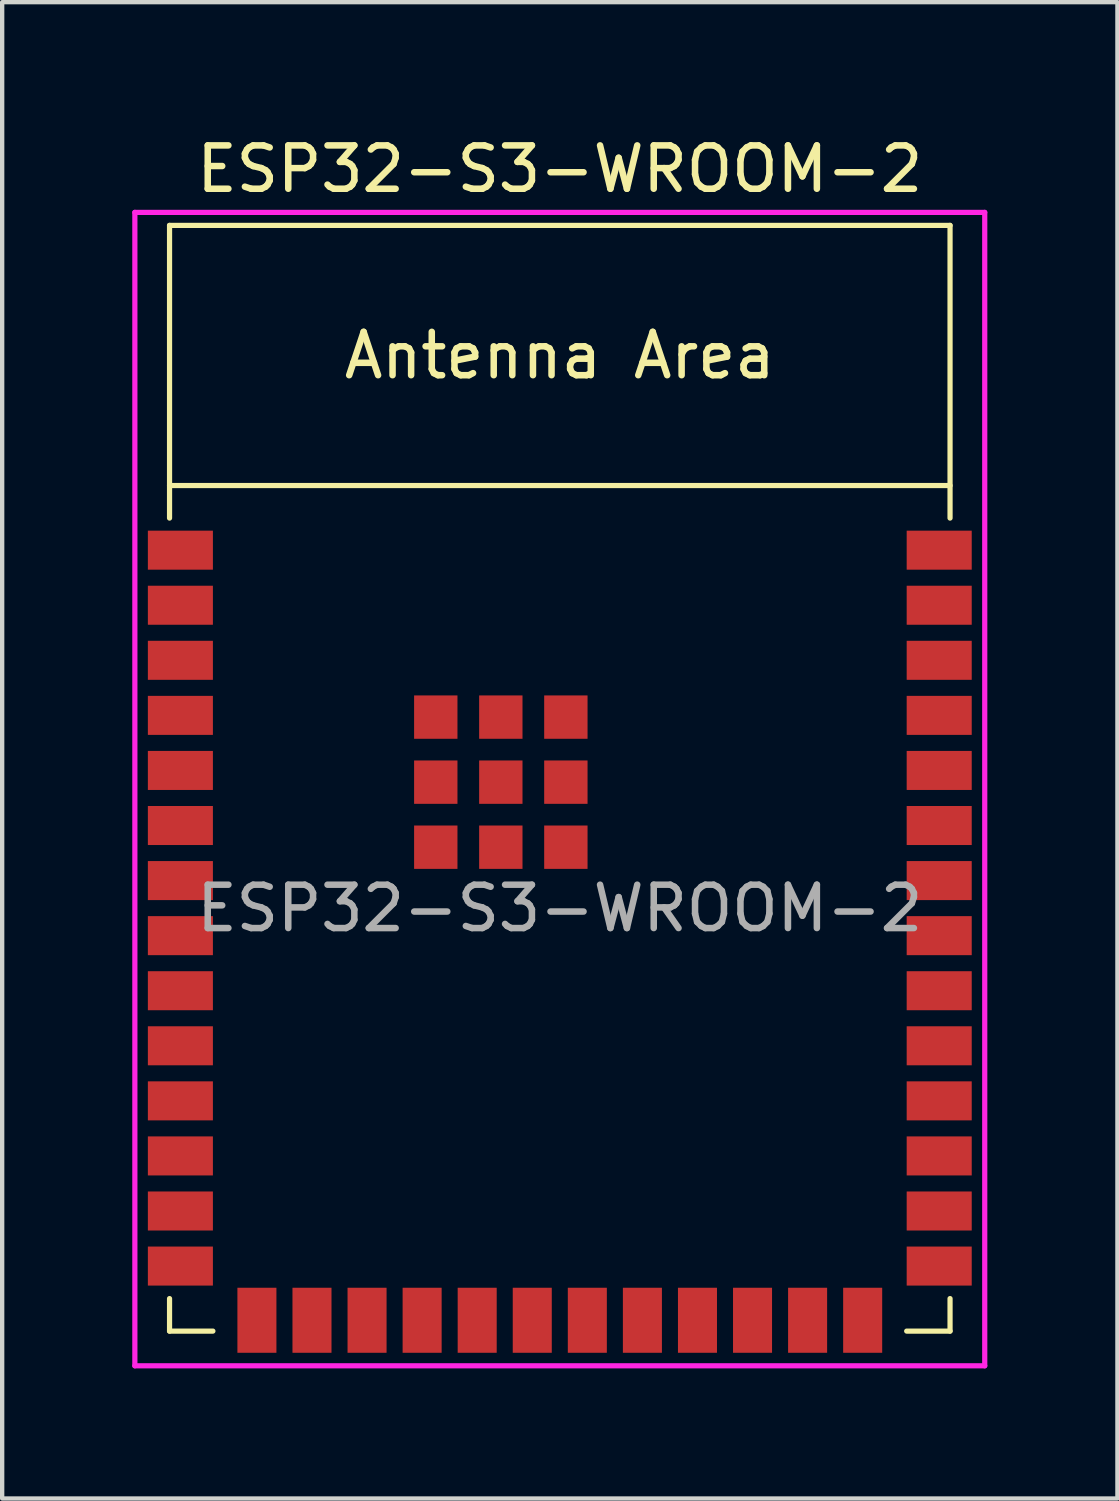
<source format=kicad_pcb>
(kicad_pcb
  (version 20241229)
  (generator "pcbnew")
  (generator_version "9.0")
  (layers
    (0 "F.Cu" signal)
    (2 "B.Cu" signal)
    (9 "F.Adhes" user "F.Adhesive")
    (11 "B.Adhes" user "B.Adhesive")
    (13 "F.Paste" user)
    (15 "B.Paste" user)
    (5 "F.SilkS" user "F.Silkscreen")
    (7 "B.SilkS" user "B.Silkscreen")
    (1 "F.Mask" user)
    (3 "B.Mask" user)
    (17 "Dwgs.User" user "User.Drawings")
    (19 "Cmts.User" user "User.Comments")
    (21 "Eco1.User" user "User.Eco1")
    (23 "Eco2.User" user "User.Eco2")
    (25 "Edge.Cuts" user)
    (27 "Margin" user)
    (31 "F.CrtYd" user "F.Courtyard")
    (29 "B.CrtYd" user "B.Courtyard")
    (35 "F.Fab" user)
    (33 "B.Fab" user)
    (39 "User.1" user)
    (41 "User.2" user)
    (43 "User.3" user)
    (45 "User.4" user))
  (footprint "ESP32-S3-WROOM-2"
    (layer "F.Cu")
    (at 9.86 17.898)
    (property "Reference" "ESP32-S3-WROOM-2" (at 0 -17.05 0) (layer "F.SilkS") (effects (font (size 1 1) (thickness 0.15))))
    (attr smd)
    (fp_line (start -9 -15.75) (end -9 -9) (stroke (width 0.12) (type solid)) (layer "F.SilkS"))
    (fp_line (start -9 -15.75) (end 9 -15.75) (stroke (width 0.12) (type solid)) (layer "F.SilkS"))
    (fp_line (start -9 9) (end -9 9.75) (stroke (width 0.12) (type solid)) (layer "F.SilkS"))
    (fp_line (start -9 9.75) (end -8 9.75) (stroke (width 0.12) (type solid)) (layer "F.SilkS"))
    (fp_line (start 9 -15.75) (end 9 -9) (stroke (width 0.12) (type solid)) (layer "F.SilkS"))
    (fp_line (start 9 -9.75) (end -9 -9.75) (stroke (width 0.12) (type solid)) (layer "F.SilkS"))
    (fp_line (start 9 9) (end 9 9.75) (stroke (width 0.12) (type solid)) (layer "F.SilkS"))
    (fp_line (start 9 9.75) (end 8 9.75) (stroke (width 0.12) (type solid)) (layer "F.SilkS"))
    (fp_line (start -9 -15.75) (end 9 -15.75) (stroke (width 0.12) (type solid)) (layer "Eco2.User"))
    (fp_line (start -9 -9.75) (end 9 -9.75) (stroke (width 0.12) (type solid)) (layer "Eco2.User"))
    (fp_line (start -9 9.75) (end -9 -15.75) (stroke (width 0.12) (type solid)) (layer "Eco2.User"))
    (fp_line (start 9 -15.75) (end 9 9.75) (stroke (width 0.12) (type solid)) (layer "Eco2.User"))
    (fp_line (start 9 9.75) (end -9 9.75) (stroke (width 0.12) (type solid)) (layer "Eco2.User"))
    (fp_line (start -9.8 -16.05) (end -9.8 10.55) (stroke (width 0.12) (type solid)) (layer "F.CrtYd"))
    (fp_line (start -9.8 10.55) (end 9.8 10.55) (stroke (width 0.12) (type solid)) (layer "F.CrtYd"))
    (fp_line (start 9.8 -16.05) (end -9.8 -16.05) (stroke (width 0.12) (type solid)) (layer "F.CrtYd"))
    (fp_line (start 9.8 -16.05) (end 9.8 10.55) (stroke (width 0.12) (type solid)) (layer "F.CrtYd"))
    (fp_text user "Antenna Area" (at 0 -12.75 0) (layer "F.SilkS") (effects (font (size 1 1) (thickness 0.15))))
    (fp_text user "Antenna Area" (at 0 -12.75 0) (layer "Eco2.User") (effects (font (size 1 1) (thickness 0.15))))
    (fp_text user "${REFERENCE}" (at 0 0 0) (layer "F.Fab") (effects (font (size 1 1) (thickness 0.15))))
    (pad "1" smd rect (at -8.75 -8.26) (size 1.5 0.9) (layers "F.Cu" "F.Mask" "F.Paste"))
    (pad "2" smd rect (at -8.75 -6.99) (size 1.5 0.9) (layers "F.Cu" "F.Mask" "F.Paste"))
    (pad "3" smd rect (at -8.75 -5.72) (size 1.5 0.9) (layers "F.Cu" "F.Mask" "F.Paste"))
    (pad "4" smd rect (at -8.75 -4.45) (size 1.5 0.9) (layers "F.Cu" "F.Mask" "F.Paste"))
    (pad "5" smd rect (at -8.75 -3.18) (size 1.5 0.9) (layers "F.Cu" "F.Mask" "F.Paste"))
    (pad "6" smd rect (at -8.75 -1.91) (size 1.5 0.9) (layers "F.Cu" "F.Mask" "F.Paste"))
    (pad "7" smd rect (at -8.75 -0.64) (size 1.5 0.9) (layers "F.Cu" "F.Mask" "F.Paste"))
    (pad "8" smd rect (at -8.75 0.63) (size 1.5 0.9) (layers "F.Cu" "F.Mask" "F.Paste"))
    (pad "9" smd rect (at -8.75 1.9) (size 1.5 0.9) (layers "F.Cu" "F.Mask" "F.Paste"))
    (pad "10" smd rect (at -8.75 3.17) (size 1.5 0.9) (layers "F.Cu" "F.Mask" "F.Paste"))
    (pad "11" smd rect (at -8.75 4.44) (size 1.5 0.9) (layers "F.Cu" "F.Mask" "F.Paste"))
    (pad "12" smd rect (at -8.75 5.71) (size 1.5 0.9) (layers "F.Cu" "F.Mask" "F.Paste"))
    (pad "13" smd rect (at -8.75 6.98) (size 1.5 0.9) (layers "F.Cu" "F.Mask" "F.Paste"))
    (pad "14" smd rect (at -8.75 8.25) (size 1.5 0.9) (layers "F.Cu" "F.Mask" "F.Paste"))
    (pad "15" smd rect (at -6.985 9.5 90) (size 1.5 0.9) (layers "F.Cu" "F.Mask" "F.Paste"))
    (pad "16" smd rect (at -5.715 9.5 90) (size 1.5 0.9) (layers "F.Cu" "F.Mask" "F.Paste"))
    (pad "17" smd rect (at -4.445 9.5 90) (size 1.5 0.9) (layers "F.Cu" "F.Mask" "F.Paste"))
    (pad "18" smd rect (at -3.175 9.5 90) (size 1.5 0.9) (layers "F.Cu" "F.Mask" "F.Paste"))
    (pad "19" smd rect (at -1.905 9.5 90) (size 1.5 0.9) (layers "F.Cu" "F.Mask" "F.Paste"))
    (pad "20" smd rect (at -0.635 9.5 90) (size 1.5 0.9) (layers "F.Cu" "F.Mask" "F.Paste"))
    (pad "21" smd rect (at 0.635 9.5 90) (size 1.5 0.9) (layers "F.Cu" "F.Mask" "F.Paste"))
    (pad "22" smd rect (at 1.905 9.5 90) (size 1.5 0.9) (layers "F.Cu" "F.Mask" "F.Paste"))
    (pad "23" smd rect (at 3.175 9.5 90) (size 1.5 0.9) (layers "F.Cu" "F.Mask" "F.Paste"))
    (pad "24" smd rect (at 4.445 9.5 90) (size 1.5 0.9) (layers "F.Cu" "F.Mask" "F.Paste"))
    (pad "25" smd rect (at 5.715 9.5 90) (size 1.5 0.9) (layers "F.Cu" "F.Mask" "F.Paste"))
    (pad "26" smd rect (at 6.985 9.5 90) (size 1.5 0.9) (layers "F.Cu" "F.Mask" "F.Paste"))
    (pad "27" smd rect (at 8.75 8.25 180) (size 1.5 0.9) (layers "F.Cu" "F.Mask" "F.Paste"))
    (pad "28" smd rect (at 8.75 6.98 180) (size 1.5 0.9) (layers "F.Cu" "F.Mask" "F.Paste"))
    (pad "29" smd rect (at 8.75 5.71 180) (size 1.5 0.9) (layers "F.Cu" "F.Mask" "F.Paste"))
    (pad "30" smd rect (at 8.75 4.44 180) (size 1.5 0.9) (layers "F.Cu" "F.Mask" "F.Paste"))
    (pad "31" smd rect (at 8.75 3.17 180) (size 1.5 0.9) (layers "F.Cu" "F.Mask" "F.Paste"))
    (pad "32" smd rect (at 8.75 1.9 180) (size 1.5 0.9) (layers "F.Cu" "F.Mask" "F.Paste"))
    (pad "33" smd rect (at 8.75 0.63 180) (size 1.5 0.9) (layers "F.Cu" "F.Mask" "F.Paste"))
    (pad "34" smd rect (at 8.75 -0.64 180) (size 1.5 0.9) (layers "F.Cu" "F.Mask" "F.Paste"))
    (pad "35" smd rect (at 8.75 -1.91 180) (size 1.5 0.9) (layers "F.Cu" "F.Mask" "F.Paste"))
    (pad "36" smd rect (at 8.75 -3.18 180) (size 1.5 0.9) (layers "F.Cu" "F.Mask" "F.Paste"))
    (pad "37" smd rect (at 8.75 -4.45 180) (size 1.5 0.9) (layers "F.Cu" "F.Mask" "F.Paste"))
    (pad "38" smd rect (at 8.75 -5.72 180) (size 1.5 0.9) (layers "F.Cu" "F.Mask" "F.Paste"))
    (pad "39" smd rect (at 8.75 -6.99 180) (size 1.5 0.9) (layers "F.Cu" "F.Mask" "F.Paste"))
    (pad "40" smd rect (at 8.75 -8.26 180) (size 1.5 0.9) (layers "F.Cu" "F.Mask" "F.Paste"))
    (pad "41" smd rect (at -2.86 -4.41 180) (size 1 1) (layers "F.Cu" "F.Mask" "F.Paste"))
    (pad "41" smd rect (at -2.86 -2.91 180) (size 1 1) (layers "F.Cu" "F.Mask" "F.Paste"))
    (pad "41" smd rect (at -2.86 -1.41 180) (size 1 1) (layers "F.Cu" "F.Mask" "F.Paste"))
    (pad "41" smd rect (at -1.36 -4.41 180) (size 1 1) (layers "F.Cu" "F.Mask" "F.Paste"))
    (pad "41" smd rect (at -1.36 -2.91 180) (size 1 1) (layers "F.Cu" "F.Mask" "F.Paste"))
    (pad "41" smd rect (at -1.36 -1.41 180) (size 1 1) (layers "F.Cu" "F.Mask" "F.Paste"))
    (pad "41" smd rect (at 0.14 -4.41 180) (size 1 1) (layers "F.Cu" "F.Mask" "F.Paste"))
    (pad "41" smd rect (at 0.14 -2.91 180) (size 1 1) (layers "F.Cu" "F.Mask" "F.Paste"))
    (pad "41" smd rect (at 0.14 -1.41 180) (size 1 1) (layers "F.Cu" "F.Mask" "F.Paste"))
    (zone (net_name "") (layers "F.Cu" "B.Cu") (name "antenna keepout") (hatch edge 0.5) (connect_pads) (min_thickness 0.25) (filled_areas_thickness no) (keepout (tracks not_allowed) (vias not_allowed) (pads not_allowed) (copperpour not_allowed) (footprints not_allowed)) (placement (enabled no)) (fill) (polygon (pts (xy 0.86 8.148) (xy 18.86 8.148) (xy 18.86 2.148) (xy 0.86 2.148)))))
  (gr_rect
    (start -3 -3)
    (end 22.72 31.508)
    (stroke (width 0.1) (type default))
    (fill no)
    (layer "Edge.Cuts")))
</source>
